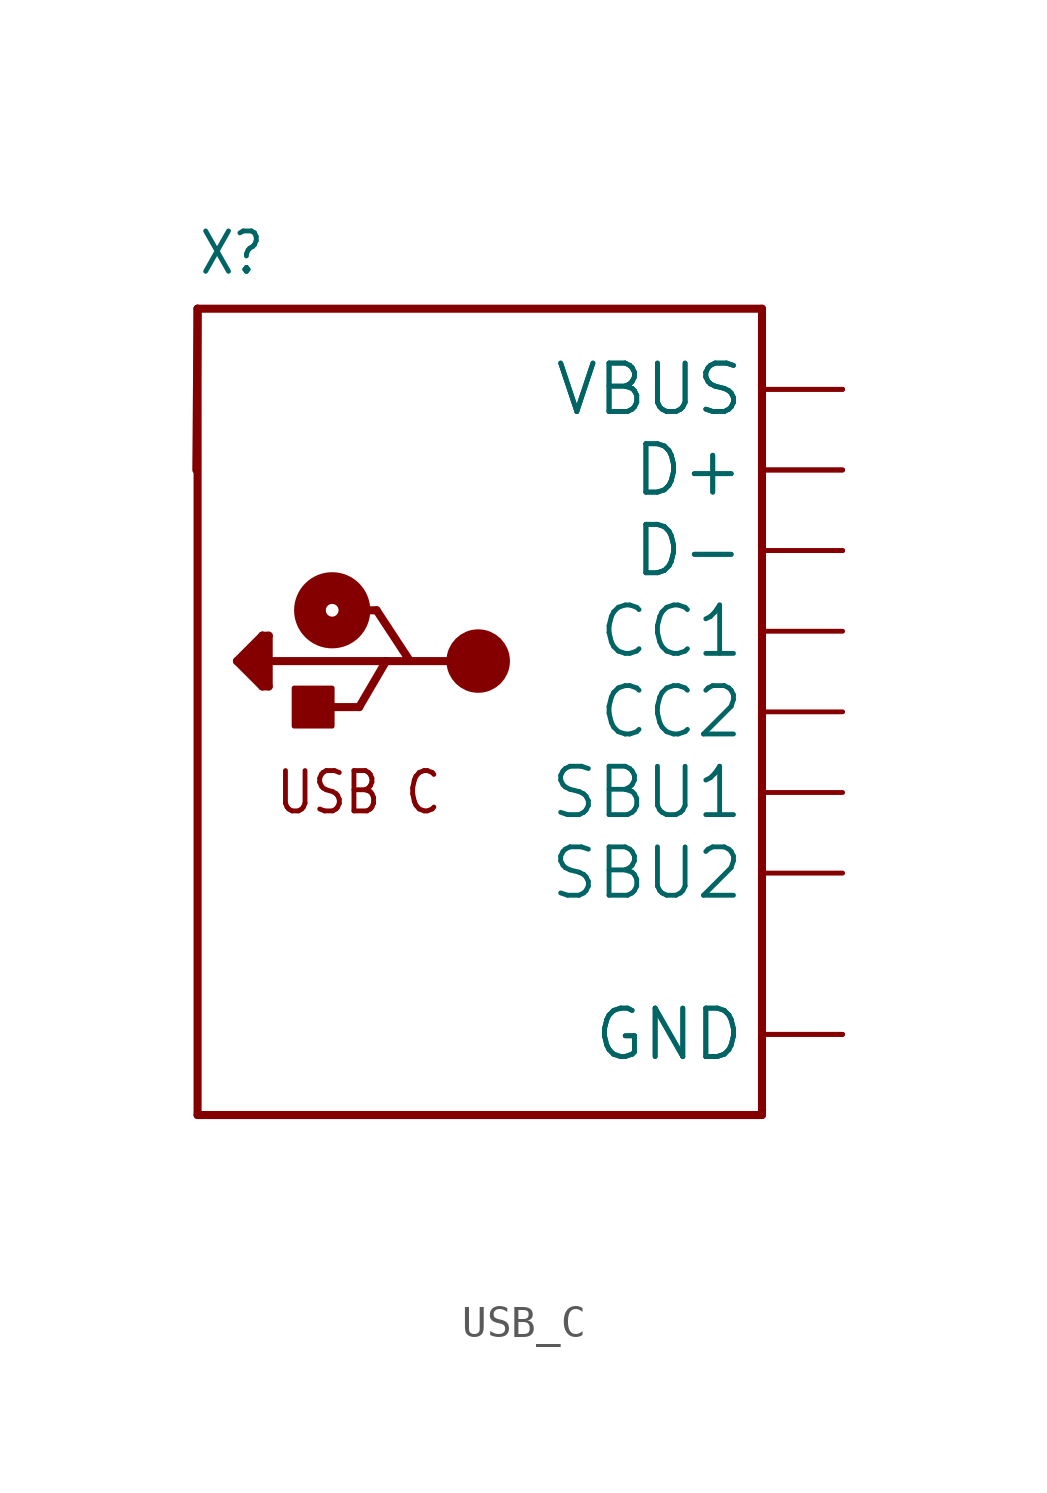
<source format=kicad_sym>
(kicad_symbol_lib
  (version 20241209)
  (generator "kicad_symbol_editor")
  (generator_version "9.0")
  (symbol "USB_C"
    (property "Reference" "X"
      (at -10.16 13.716 0)
      (effects (font (size 1.27 1.079)) (justify left bottom)))
    (property "Value" ""
      (at -10.16 -15.24 0)
      (effects (font (size 1.27 1.079)) (justify left bottom)))
    (property "ki_locked" ""
      (at 0 0 0)
      (effects (font (size 1.27 1.27))))
    (symbol "USB_C_1_0"
      (polyline (pts (xy -10.2 7.62) (xy -10.16 12.7)) (stroke (width 0.254) (type solid)) (fill (type none)))
      (polyline (pts (xy -10.16 12.7) (xy -10.16 -12.7)) (stroke (width 0.254) (type solid)) (fill (type none)))
      (polyline (pts (xy -10.16 12.7) (xy 7.62 12.7)) (stroke (width 0.254) (type solid)) (fill (type none)))
      (polyline (pts (xy -10.16 -12.7) (xy 7.62 -12.7)) (stroke (width 0.254) (type solid)) (fill (type none)))
      (polyline (pts (xy -8.92 1.6) (xy -8.12 2.4)) (stroke (width 0.254) (type solid)) (fill (type none)))
      (polyline (pts (xy -8.52 1.6) (xy -8.52 1.4)) (stroke (width 0.254) (type solid)) (fill (type none)))
      (polyline (pts (xy -8.52 1.4) (xy -8.32 1.2)) (stroke (width 0.254) (type solid)) (fill (type none)))
      (polyline (pts (xy -8.32 2) (xy -8.72 1.6)) (stroke (width 0.254) (type solid)) (fill (type none)))
      (polyline (pts (xy -8.32 1.2) (xy -8.32 2)) (stroke (width 0.254) (type solid)) (fill (type none)))
      (polyline (pts (xy -8.12 2.4) (xy -7.92 2.4)) (stroke (width 0.254) (type solid)) (fill (type none)))
      (polyline (pts (xy -8.12 1) (xy -8.12 2.4)) (stroke (width 0.254) (type solid)) (fill (type none)))
      (polyline (pts (xy -8.12 0.8) (xy -8.92 1.6)) (stroke (width 0.254) (type solid)) (fill (type none)))
      (polyline (pts (xy -7.92 2.4) (xy -7.92 1.6)) (stroke (width 0.254) (type solid)) (fill (type none)))
      (polyline (pts (xy -7.92 1.6) (xy -7.92 0.8)) (stroke (width 0.254) (type solid)) (fill (type none)))
      (polyline (pts (xy -7.92 0.8) (xy -8.12 0.8)) (stroke (width 0.254) (type solid)) (fill (type none)))
      (rectangle (start -7.12 -0.45) (end -5.92 0.75) (stroke (width 0) (type default)) (fill (type outline)))
      (polyline (pts (xy -6.27 0.15) (xy -5.07 0.15)) (stroke (width 0.254) (type solid)) (fill (type none)))
      (circle (center -5.92 3.2) (radius 0.2) (stroke (width 1) (type solid)) (fill (type none)))
      (polyline (pts (xy -5.52 3.2) (xy -4.52 3.2)) (stroke (width 0.254) (type solid)) (fill (type none)))
      (polyline (pts (xy -5.07 0.15) (xy -4.22 1.6)) (stroke (width 0.254) (type solid)) (fill (type none)))
      (polyline (pts (xy -4.52 3.2) (xy -3.47 1.6)) (stroke (width 0.254) (type solid)) (fill (type none)))
      (polyline (pts (xy -4.22 1.6) (xy -7.92 1.6)) (stroke (width 0.254) (type solid)) (fill (type none)))
      (polyline (pts (xy -3.47 1.6) (xy -4.22 1.6)) (stroke (width 0.254) (type solid)) (fill (type none)))
      (circle (center -1.32 1.6) (radius 0.5) (stroke (width 1) (type solid)) (fill (type none)))
      (polyline (pts (xy -1.32 1.6) (xy -3.47 1.6)) (stroke (width 0.254) (type solid)) (fill (type none)))
      (polyline (pts (xy 7.62 12.7) (xy 7.62 -12.7)) (stroke (width 0.254) (type solid)) (fill (type none)))
      (text "USB C" (at -5.08 -2.54 0) (effects (font (size 1.27 1.079))))
      (pin power_in line (at 10.16 10.16 180) (length 2.54) (name "VBUS" (effects (font (size 1.524 1.524)))) (number "A4B9" (effects (font (size 0 0)))))
      (pin power_in line (at 10.16 10.16 180) (length 2.54) (name "VBUS" (effects (font (size 1.524 1.524)))) (number "B4A9" (effects (font (size 0 0)))))
      (pin bidirectional line (at 10.16 7.62 180) (length 2.54) (name "D+" (effects (font (size 1.524 1.524)))) (number "A6" (effects (font (size 0 0)))))
      (pin bidirectional line (at 10.16 7.62 180) (length 2.54) (name "D+" (effects (font (size 1.524 1.524)))) (number "B6" (effects (font (size 0 0)))))
      (pin bidirectional line (at 10.16 5.08 180) (length 2.54) (name "D-" (effects (font (size 1.524 1.524)))) (number "A7" (effects (font (size 0 0)))))
      (pin bidirectional line (at 10.16 5.08 180) (length 2.54) (name "D-" (effects (font (size 1.524 1.524)))) (number "B7" (effects (font (size 0 0)))))
      (pin bidirectional line (at 10.16 2.54 180) (length 2.54) (name "CC1" (effects (font (size 1.524 1.524)))) (number "A5" (effects (font (size 0 0)))))
      (pin bidirectional line (at 10.16 0 180) (length 2.54) (name "CC2" (effects (font (size 1.524 1.524)))) (number "B5" (effects (font (size 0 0)))))
      (pin bidirectional line (at 10.16 -2.54 180) (length 2.54) (name "SBU1" (effects (font (size 1.524 1.524)))) (number "A8" (effects (font (size 0 0)))))
      (pin bidirectional line (at 10.16 -5.08 180) (length 2.54) (name "SBU2" (effects (font (size 1.524 1.524)))) (number "B8" (effects (font (size 0 0)))))
      (pin power_in line (at 10.16 -10.16 180) (length 2.54) (name "GND" (effects (font (size 1.524 1.524)))) (number "A1B12" (effects (font (size 0 0)))))
      (pin power_in line (at 10.16 -10.16 180) (length 2.54) (name "GND" (effects (font (size 1.524 1.524)))) (number "B1A12" (effects (font (size 0 0))))))))
</source>
